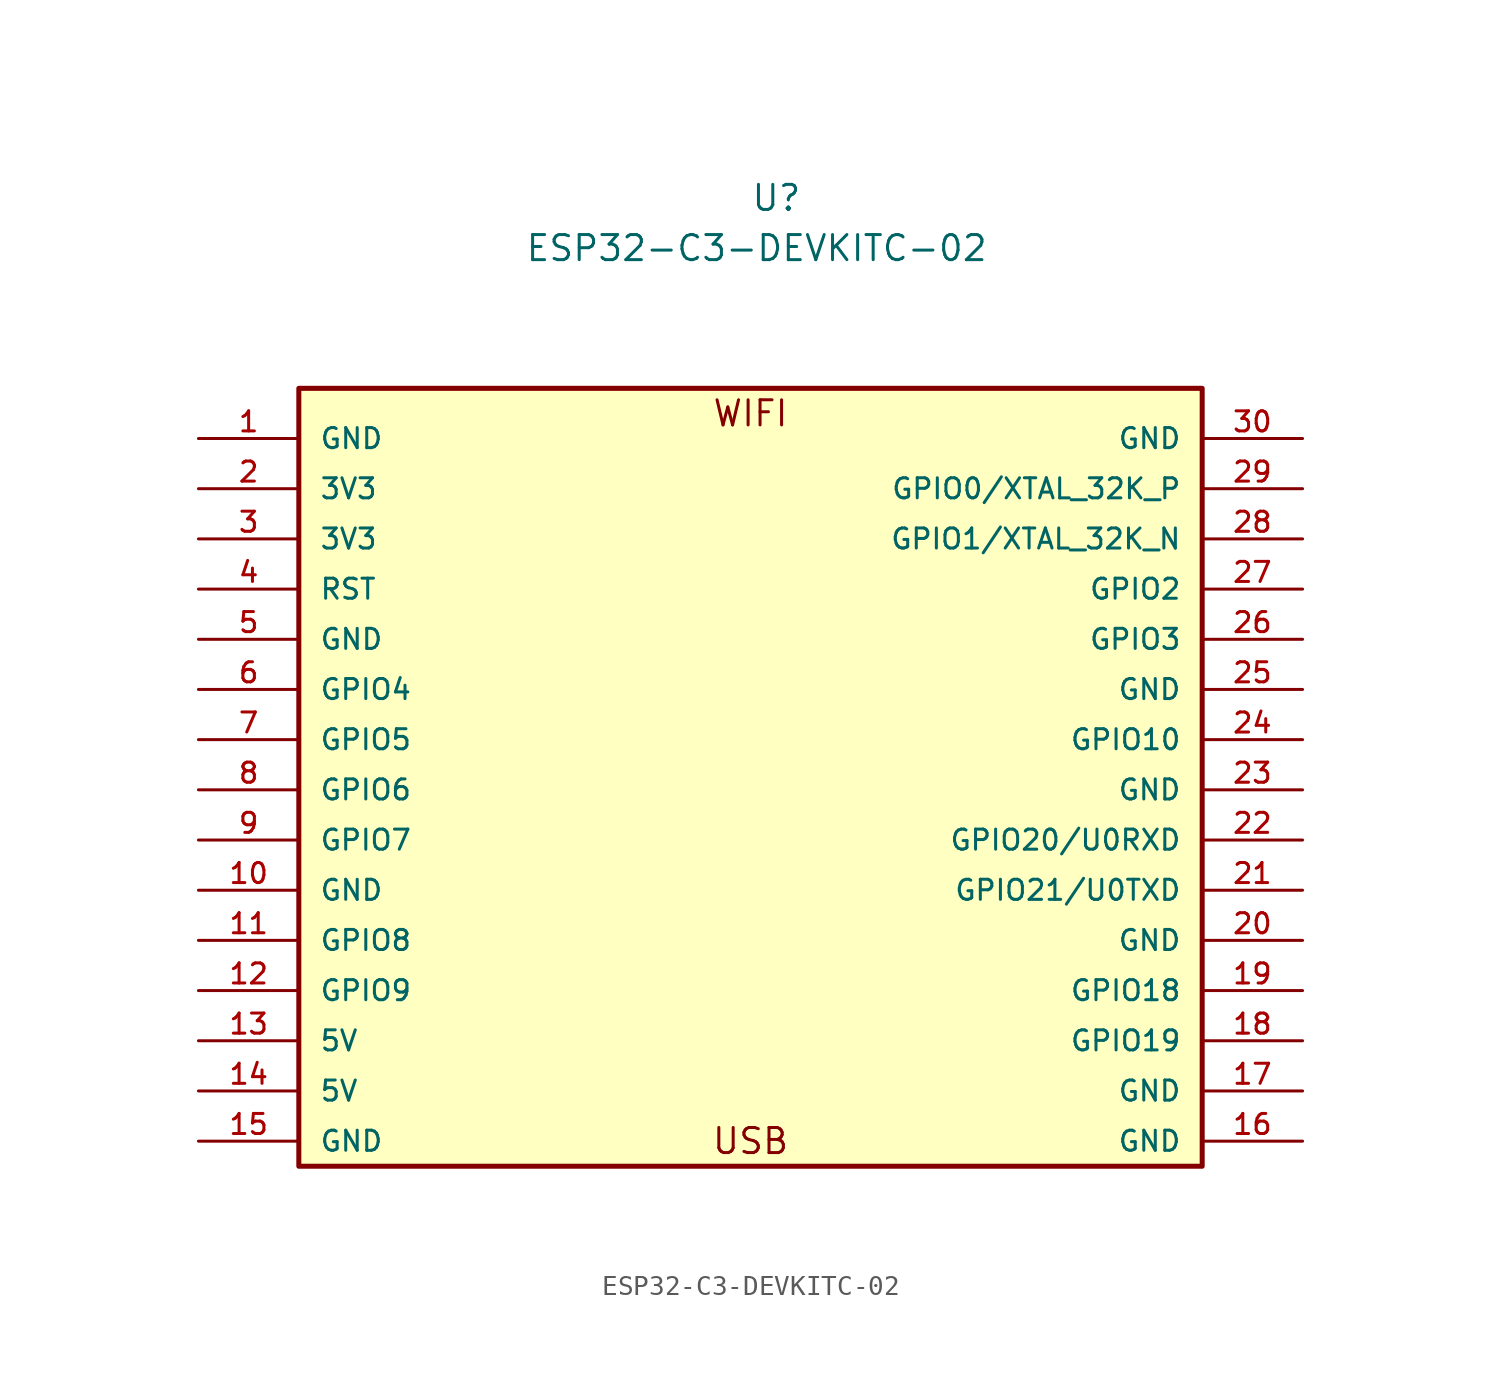
<source format=kicad_sym>
(kicad_symbol_lib
  (version 20211014)
  (generator kicad_symbol_editor)
  (symbol "ESP32-C3-DEVKITC-02"
    (pin_names
      (offset 1.016))
    (property "Reference" "U"
      (at 0 25.4 0)
      (effects (font (size 1.27 1.27)) (justify left bottom)))
    (property "Value" "ESP32-C3-DEVKITC-02"
      (at -11.43 22.86 0)
      (effects (font (size 1.27 1.27)) (justify left bottom)))
    (symbol "ESP32-C3-DEVKITC-02_0_0"
      (rectangle (start -22.86 16.51) (end 22.86 -22.86) (stroke (width 0.254) (type default) (color 0 0 0 0)) (fill (type background)))
      (text "USB" (at 0 -21.59 0) (effects (font (size 1.27 1.27))))
      (text "WIFI" (at 0 15.24 0) (effects (font (size 1.27 1.27))))
      (pin power_in line (at -27.94 13.97 0) (length 5.08) (name "GND" (effects (font (size 1.016 1.016)))) (number "1" (effects (font (size 1.016 1.016)))))
      (pin power_in line (at -27.94 -8.89 0) (length 5.08) (name "GND" (effects (font (size 1.016 1.016)))) (number "10" (effects (font (size 1.016 1.016)))))
      (pin bidirectional line (at -27.94 -11.43 0) (length 5.08) (name "GPIO8" (effects (font (size 1.016 1.016)))) (number "11" (effects (font (size 1.016 1.016)))))
      (pin bidirectional line (at -27.94 -13.97 0) (length 5.08) (name "GPIO9" (effects (font (size 1.016 1.016)))) (number "12" (effects (font (size 1.016 1.016)))))
      (pin power_in line (at -27.94 -16.51 0) (length 5.08) (name "5V" (effects (font (size 1.016 1.016)))) (number "13" (effects (font (size 1.016 1.016)))))
      (pin power_in line (at -27.94 -19.05 0) (length 5.08) (name "5V" (effects (font (size 1.016 1.016)))) (number "14" (effects (font (size 1.016 1.016)))))
      (pin power_in line (at -27.94 -21.59 0) (length 5.08) (name "GND" (effects (font (size 1.016 1.016)))) (number "15" (effects (font (size 1.016 1.016)))))
      (pin power_in line (at 27.94 -21.59 180) (length 5.08) (name "GND" (effects (font (size 1.016 1.016)))) (number "16" (effects (font (size 1.016 1.016)))))
      (pin power_in line (at 27.94 -19.05 180) (length 5.08) (name "GND" (effects (font (size 1.016 1.016)))) (number "17" (effects (font (size 1.016 1.016)))))
      (pin bidirectional line (at 27.94 -16.51 180) (length 5.08) (name "GPIO19" (effects (font (size 1.016 1.016)))) (number "18" (effects (font (size 1.016 1.016)))))
      (pin bidirectional line (at 27.94 -13.97 180) (length 5.08) (name "GPIO18" (effects (font (size 1.016 1.016)))) (number "19" (effects (font (size 1.016 1.016)))))
      (pin power_in line (at -27.94 11.43 0) (length 5.08) (name "3V3" (effects (font (size 1.016 1.016)))) (number "2" (effects (font (size 1.016 1.016)))))
      (pin power_in line (at 27.94 -11.43 180) (length 5.08) (name "GND" (effects (font (size 1.016 1.016)))) (number "20" (effects (font (size 1.016 1.016)))))
      (pin bidirectional line (at 27.94 -8.89 180) (length 5.08) (name "GPIO21/U0TXD" (effects (font (size 1.016 1.016)))) (number "21" (effects (font (size 1.016 1.016)))))
      (pin bidirectional line (at 27.94 -6.35 180) (length 5.08) (name "GPIO20/U0RXD" (effects (font (size 1.016 1.016)))) (number "22" (effects (font (size 1.016 1.016)))))
      (pin power_in line (at 27.94 -3.81 180) (length 5.08) (name "GND" (effects (font (size 1.016 1.016)))) (number "23" (effects (font (size 1.016 1.016)))))
      (pin bidirectional line (at 27.94 -1.27 180) (length 5.08) (name "GPIO10" (effects (font (size 1.016 1.016)))) (number "24" (effects (font (size 1.016 1.016)))))
      (pin power_in line (at 27.94 1.27 180) (length 5.08) (name "GND" (effects (font (size 1.016 1.016)))) (number "25" (effects (font (size 1.016 1.016)))))
      (pin bidirectional line (at 27.94 3.81 180) (length 5.08) (name "GPIO3" (effects (font (size 1.016 1.016)))) (number "26" (effects (font (size 1.016 1.016)))))
      (pin bidirectional line (at 27.94 6.35 180) (length 5.08) (name "GPIO2" (effects (font (size 1.016 1.016)))) (number "27" (effects (font (size 1.016 1.016)))))
      (pin bidirectional line (at 27.94 8.89 180) (length 5.08) (name "GPIO1/XTAL_32K_N" (effects (font (size 1.016 1.016)))) (number "28" (effects (font (size 1.016 1.016)))))
      (pin bidirectional line (at 27.94 11.43 180) (length 5.08) (name "GPIO0/XTAL_32K_P" (effects (font (size 1.016 1.016)))) (number "29" (effects (font (size 1.016 1.016)))))
      (pin power_in line (at -27.94 8.89 0) (length 5.08) (name "3V3" (effects (font (size 1.016 1.016)))) (number "3" (effects (font (size 1.016 1.016)))))
      (pin power_in line (at 27.94 13.97 180) (length 5.08) (name "GND" (effects (font (size 1.016 1.016)))) (number "30" (effects (font (size 1.016 1.016)))))
      (pin input line (at -27.94 6.35 0) (length 5.08) (name "RST" (effects (font (size 1.016 1.016)))) (number "4" (effects (font (size 1.016 1.016)))))
      (pin power_in line (at -27.94 3.81 0) (length 5.08) (name "GND" (effects (font (size 1.016 1.016)))) (number "5" (effects (font (size 1.016 1.016)))))
      (pin bidirectional line (at -27.94 1.27 0) (length 5.08) (name "GPIO4" (effects (font (size 1.016 1.016)))) (number "6" (effects (font (size 1.016 1.016)))))
      (pin bidirectional line (at -27.94 -1.27 0) (length 5.08) (name "GPIO5" (effects (font (size 1.016 1.016)))) (number "7" (effects (font (size 1.016 1.016)))))
      (pin bidirectional line (at -27.94 -3.81 0) (length 5.08) (name "GPIO6" (effects (font (size 1.016 1.016)))) (number "8" (effects (font (size 1.016 1.016)))))
      (pin bidirectional line (at -27.94 -6.35 0) (length 5.08) (name "GPIO7" (effects (font (size 1.016 1.016)))) (number "9" (effects (font (size 1.016 1.016))))))))
</source>
